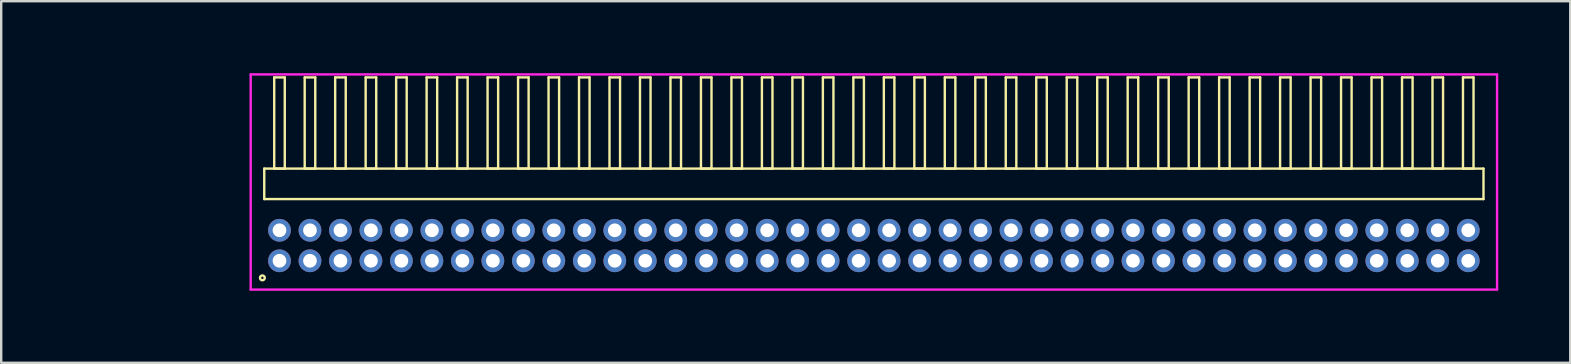
<source format=kicad_pcb>
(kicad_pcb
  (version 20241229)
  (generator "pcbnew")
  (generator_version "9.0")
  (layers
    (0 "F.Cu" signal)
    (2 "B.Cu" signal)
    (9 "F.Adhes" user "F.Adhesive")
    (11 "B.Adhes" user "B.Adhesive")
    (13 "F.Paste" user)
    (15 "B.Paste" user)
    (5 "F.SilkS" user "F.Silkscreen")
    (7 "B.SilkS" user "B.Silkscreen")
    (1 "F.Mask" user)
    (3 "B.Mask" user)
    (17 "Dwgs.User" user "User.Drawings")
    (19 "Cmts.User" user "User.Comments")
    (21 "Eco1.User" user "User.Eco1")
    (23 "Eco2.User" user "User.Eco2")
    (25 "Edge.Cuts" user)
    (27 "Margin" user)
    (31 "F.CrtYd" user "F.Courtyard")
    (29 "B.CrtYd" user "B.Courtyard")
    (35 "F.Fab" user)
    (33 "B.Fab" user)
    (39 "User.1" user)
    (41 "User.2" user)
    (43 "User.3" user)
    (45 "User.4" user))
  (footprint "HDR_RA127P40x2"
    (layer "F.Cu")
    (at 33.36 7.18)
    (property "Reference" "HDR_RA127P40x2" (at -26.715 0 0) (layer "User.1") (effects (font (size 1 1) (thickness 0.1))))
    (attr through_hole)
    (fp_line (start -25.4 -3.205) (end -25.4 -1.935) (stroke (width 0.1) (type solid)) (layer "F.SilkS"))
    (fp_line (start -25.4 -1.935) (end 25.4 -1.935) (stroke (width 0.1) (type solid)) (layer "F.SilkS"))
    (fp_line (start -24.985 -7.005) (end -24.985 -3.205) (stroke (width 0.1) (type solid)) (layer "F.SilkS"))
    (fp_line (start -24.985 -3.205) (end -24.545 -3.205) (stroke (width 0.1) (type solid)) (layer "F.SilkS"))
    (fp_line (start -24.545 -7.005) (end -24.985 -7.005) (stroke (width 0.1) (type solid)) (layer "F.SilkS"))
    (fp_line (start -24.545 -3.205) (end -24.545 -7.005) (stroke (width 0.1) (type solid)) (layer "F.SilkS"))
    (fp_line (start -23.715 -7.005) (end -23.715 -3.205) (stroke (width 0.1) (type solid)) (layer "F.SilkS"))
    (fp_line (start -23.715 -3.205) (end -23.275 -3.205) (stroke (width 0.1) (type solid)) (layer "F.SilkS"))
    (fp_line (start -23.275 -7.005) (end -23.715 -7.005) (stroke (width 0.1) (type solid)) (layer "F.SilkS"))
    (fp_line (start -23.275 -3.205) (end -23.275 -7.005) (stroke (width 0.1) (type solid)) (layer "F.SilkS"))
    (fp_line (start -22.445 -7.005) (end -22.445 -3.205) (stroke (width 0.1) (type solid)) (layer "F.SilkS"))
    (fp_line (start -22.445 -3.205) (end -22.005 -3.205) (stroke (width 0.1) (type solid)) (layer "F.SilkS"))
    (fp_line (start -22.005 -7.005) (end -22.445 -7.005) (stroke (width 0.1) (type solid)) (layer "F.SilkS"))
    (fp_line (start -22.005 -3.205) (end -22.005 -7.005) (stroke (width 0.1) (type solid)) (layer "F.SilkS"))
    (fp_line (start -21.175 -7.005) (end -21.175 -3.205) (stroke (width 0.1) (type solid)) (layer "F.SilkS"))
    (fp_line (start -21.175 -3.205) (end -20.735 -3.205) (stroke (width 0.1) (type solid)) (layer "F.SilkS"))
    (fp_line (start -20.735 -7.005) (end -21.175 -7.005) (stroke (width 0.1) (type solid)) (layer "F.SilkS"))
    (fp_line (start -20.735 -3.205) (end -20.735 -7.005) (stroke (width 0.1) (type solid)) (layer "F.SilkS"))
    (fp_line (start -19.905 -7.005) (end -19.905 -3.205) (stroke (width 0.1) (type solid)) (layer "F.SilkS"))
    (fp_line (start -19.905 -3.205) (end -19.465 -3.205) (stroke (width 0.1) (type solid)) (layer "F.SilkS"))
    (fp_line (start -19.465 -7.005) (end -19.905 -7.005) (stroke (width 0.1) (type solid)) (layer "F.SilkS"))
    (fp_line (start -19.465 -3.205) (end -19.465 -7.005) (stroke (width 0.1) (type solid)) (layer "F.SilkS"))
    (fp_line (start -18.635 -7.005) (end -18.635 -3.205) (stroke (width 0.1) (type solid)) (layer "F.SilkS"))
    (fp_line (start -18.635 -3.205) (end -18.195 -3.205) (stroke (width 0.1) (type solid)) (layer "F.SilkS"))
    (fp_line (start -18.195 -7.005) (end -18.635 -7.005) (stroke (width 0.1) (type solid)) (layer "F.SilkS"))
    (fp_line (start -18.195 -3.205) (end -18.195 -7.005) (stroke (width 0.1) (type solid)) (layer "F.SilkS"))
    (fp_line (start -17.365 -7.005) (end -17.365 -3.205) (stroke (width 0.1) (type solid)) (layer "F.SilkS"))
    (fp_line (start -17.365 -3.205) (end -16.925 -3.205) (stroke (width 0.1) (type solid)) (layer "F.SilkS"))
    (fp_line (start -16.925 -7.005) (end -17.365 -7.005) (stroke (width 0.1) (type solid)) (layer "F.SilkS"))
    (fp_line (start -16.925 -3.205) (end -16.925 -7.005) (stroke (width 0.1) (type solid)) (layer "F.SilkS"))
    (fp_line (start -16.095 -7.005) (end -16.095 -3.205) (stroke (width 0.1) (type solid)) (layer "F.SilkS"))
    (fp_line (start -16.095 -3.205) (end -15.655 -3.205) (stroke (width 0.1) (type solid)) (layer "F.SilkS"))
    (fp_line (start -15.655 -7.005) (end -16.095 -7.005) (stroke (width 0.1) (type solid)) (layer "F.SilkS"))
    (fp_line (start -15.655 -3.205) (end -15.655 -7.005) (stroke (width 0.1) (type solid)) (layer "F.SilkS"))
    (fp_line (start -14.825 -7.005) (end -14.825 -3.205) (stroke (width 0.1) (type solid)) (layer "F.SilkS"))
    (fp_line (start -14.825 -3.205) (end -14.385 -3.205) (stroke (width 0.1) (type solid)) (layer "F.SilkS"))
    (fp_line (start -14.385 -7.005) (end -14.825 -7.005) (stroke (width 0.1) (type solid)) (layer "F.SilkS"))
    (fp_line (start -14.385 -3.205) (end -14.385 -7.005) (stroke (width 0.1) (type solid)) (layer "F.SilkS"))
    (fp_line (start -13.555 -7.005) (end -13.555 -3.205) (stroke (width 0.1) (type solid)) (layer "F.SilkS"))
    (fp_line (start -13.555 -3.205) (end -13.115 -3.205) (stroke (width 0.1) (type solid)) (layer "F.SilkS"))
    (fp_line (start -13.115 -7.005) (end -13.555 -7.005) (stroke (width 0.1) (type solid)) (layer "F.SilkS"))
    (fp_line (start -13.115 -3.205) (end -13.115 -7.005) (stroke (width 0.1) (type solid)) (layer "F.SilkS"))
    (fp_line (start -12.285 -7.005) (end -12.285 -3.205) (stroke (width 0.1) (type solid)) (layer "F.SilkS"))
    (fp_line (start -12.285 -3.205) (end -11.845 -3.205) (stroke (width 0.1) (type solid)) (layer "F.SilkS"))
    (fp_line (start -11.845 -7.005) (end -12.285 -7.005) (stroke (width 0.1) (type solid)) (layer "F.SilkS"))
    (fp_line (start -11.845 -3.205) (end -11.845 -7.005) (stroke (width 0.1) (type solid)) (layer "F.SilkS"))
    (fp_line (start -11.015 -7.005) (end -11.015 -3.205) (stroke (width 0.1) (type solid)) (layer "F.SilkS"))
    (fp_line (start -11.015 -3.205) (end -10.575 -3.205) (stroke (width 0.1) (type solid)) (layer "F.SilkS"))
    (fp_line (start -10.575 -7.005) (end -11.015 -7.005) (stroke (width 0.1) (type solid)) (layer "F.SilkS"))
    (fp_line (start -10.575 -3.205) (end -10.575 -7.005) (stroke (width 0.1) (type solid)) (layer "F.SilkS"))
    (fp_line (start -9.745 -7.005) (end -9.745 -3.205) (stroke (width 0.1) (type solid)) (layer "F.SilkS"))
    (fp_line (start -9.745 -3.205) (end -9.305 -3.205) (stroke (width 0.1) (type solid)) (layer "F.SilkS"))
    (fp_line (start -9.305 -7.005) (end -9.745 -7.005) (stroke (width 0.1) (type solid)) (layer "F.SilkS"))
    (fp_line (start -9.305 -3.205) (end -9.305 -7.005) (stroke (width 0.1) (type solid)) (layer "F.SilkS"))
    (fp_line (start -8.475 -7.005) (end -8.475 -3.205) (stroke (width 0.1) (type solid)) (layer "F.SilkS"))
    (fp_line (start -8.475 -3.205) (end -8.035 -3.205) (stroke (width 0.1) (type solid)) (layer "F.SilkS"))
    (fp_line (start -8.035 -7.005) (end -8.475 -7.005) (stroke (width 0.1) (type solid)) (layer "F.SilkS"))
    (fp_line (start -8.035 -3.205) (end -8.035 -7.005) (stroke (width 0.1) (type solid)) (layer "F.SilkS"))
    (fp_line (start -7.205 -7.005) (end -7.205 -3.205) (stroke (width 0.1) (type solid)) (layer "F.SilkS"))
    (fp_line (start -7.205 -3.205) (end -6.765 -3.205) (stroke (width 0.1) (type solid)) (layer "F.SilkS"))
    (fp_line (start -6.765 -7.005) (end -7.205 -7.005) (stroke (width 0.1) (type solid)) (layer "F.SilkS"))
    (fp_line (start -6.765 -3.205) (end -6.765 -7.005) (stroke (width 0.1) (type solid)) (layer "F.SilkS"))
    (fp_line (start -5.935 -7.005) (end -5.935 -3.205) (stroke (width 0.1) (type solid)) (layer "F.SilkS"))
    (fp_line (start -5.935 -3.205) (end -5.495 -3.205) (stroke (width 0.1) (type solid)) (layer "F.SilkS"))
    (fp_line (start -5.495 -7.005) (end -5.935 -7.005) (stroke (width 0.1) (type solid)) (layer "F.SilkS"))
    (fp_line (start -5.495 -3.205) (end -5.495 -7.005) (stroke (width 0.1) (type solid)) (layer "F.SilkS"))
    (fp_line (start -4.665 -7.005) (end -4.665 -3.205) (stroke (width 0.1) (type solid)) (layer "F.SilkS"))
    (fp_line (start -4.665 -3.205) (end -4.225 -3.205) (stroke (width 0.1) (type solid)) (layer "F.SilkS"))
    (fp_line (start -4.225 -7.005) (end -4.665 -7.005) (stroke (width 0.1) (type solid)) (layer "F.SilkS"))
    (fp_line (start -4.225 -3.205) (end -4.225 -7.005) (stroke (width 0.1) (type solid)) (layer "F.SilkS"))
    (fp_line (start -3.395 -7.005) (end -3.395 -3.205) (stroke (width 0.1) (type solid)) (layer "F.SilkS"))
    (fp_line (start -3.395 -3.205) (end -2.955 -3.205) (stroke (width 0.1) (type solid)) (layer "F.SilkS"))
    (fp_line (start -2.955 -7.005) (end -3.395 -7.005) (stroke (width 0.1) (type solid)) (layer "F.SilkS"))
    (fp_line (start -2.955 -3.205) (end -2.955 -7.005) (stroke (width 0.1) (type solid)) (layer "F.SilkS"))
    (fp_line (start -2.125 -7.005) (end -2.125 -3.205) (stroke (width 0.1) (type solid)) (layer "F.SilkS"))
    (fp_line (start -2.125 -3.205) (end -1.685 -3.205) (stroke (width 0.1) (type solid)) (layer "F.SilkS"))
    (fp_line (start -1.685 -7.005) (end -2.125 -7.005) (stroke (width 0.1) (type solid)) (layer "F.SilkS"))
    (fp_line (start -1.685 -3.205) (end -1.685 -7.005) (stroke (width 0.1) (type solid)) (layer "F.SilkS"))
    (fp_line (start -0.855 -7.005) (end -0.855 -3.205) (stroke (width 0.1) (type solid)) (layer "F.SilkS"))
    (fp_line (start -0.855 -3.205) (end -0.415 -3.205) (stroke (width 0.1) (type solid)) (layer "F.SilkS"))
    (fp_line (start -0.415 -7.005) (end -0.855 -7.005) (stroke (width 0.1) (type solid)) (layer "F.SilkS"))
    (fp_line (start -0.415 -3.205) (end -0.415 -7.005) (stroke (width 0.1) (type solid)) (layer "F.SilkS"))
    (fp_line (start 0.415 -7.005) (end 0.415 -3.205) (stroke (width 0.1) (type solid)) (layer "F.SilkS"))
    (fp_line (start 0.415 -3.205) (end 0.855 -3.205) (stroke (width 0.1) (type solid)) (layer "F.SilkS"))
    (fp_line (start 0.855 -7.005) (end 0.415 -7.005) (stroke (width 0.1) (type solid)) (layer "F.SilkS"))
    (fp_line (start 0.855 -3.205) (end 0.855 -7.005) (stroke (width 0.1) (type solid)) (layer "F.SilkS"))
    (fp_line (start 1.685 -7.005) (end 1.685 -3.205) (stroke (width 0.1) (type solid)) (layer "F.SilkS"))
    (fp_line (start 1.685 -3.205) (end 2.125 -3.205) (stroke (width 0.1) (type solid)) (layer "F.SilkS"))
    (fp_line (start 2.125 -7.005) (end 1.685 -7.005) (stroke (width 0.1) (type solid)) (layer "F.SilkS"))
    (fp_line (start 2.125 -3.205) (end 2.125 -7.005) (stroke (width 0.1) (type solid)) (layer "F.SilkS"))
    (fp_line (start 2.955 -7.005) (end 2.955 -3.205) (stroke (width 0.1) (type solid)) (layer "F.SilkS"))
    (fp_line (start 2.955 -3.205) (end 3.395 -3.205) (stroke (width 0.1) (type solid)) (layer "F.SilkS"))
    (fp_line (start 3.395 -7.005) (end 2.955 -7.005) (stroke (width 0.1) (type solid)) (layer "F.SilkS"))
    (fp_line (start 3.395 -3.205) (end 3.395 -7.005) (stroke (width 0.1) (type solid)) (layer "F.SilkS"))
    (fp_line (start 4.225 -7.005) (end 4.225 -3.205) (stroke (width 0.1) (type solid)) (layer "F.SilkS"))
    (fp_line (start 4.225 -3.205) (end 4.665 -3.205) (stroke (width 0.1) (type solid)) (layer "F.SilkS"))
    (fp_line (start 4.665 -7.005) (end 4.225 -7.005) (stroke (width 0.1) (type solid)) (layer "F.SilkS"))
    (fp_line (start 4.665 -3.205) (end 4.665 -7.005) (stroke (width 0.1) (type solid)) (layer "F.SilkS"))
    (fp_line (start 5.495 -7.005) (end 5.495 -3.205) (stroke (width 0.1) (type solid)) (layer "F.SilkS"))
    (fp_line (start 5.495 -3.205) (end 5.935 -3.205) (stroke (width 0.1) (type solid)) (layer "F.SilkS"))
    (fp_line (start 5.935 -7.005) (end 5.495 -7.005) (stroke (width 0.1) (type solid)) (layer "F.SilkS"))
    (fp_line (start 5.935 -3.205) (end 5.935 -7.005) (stroke (width 0.1) (type solid)) (layer "F.SilkS"))
    (fp_line (start 6.765 -7.005) (end 6.765 -3.205) (stroke (width 0.1) (type solid)) (layer "F.SilkS"))
    (fp_line (start 6.765 -3.205) (end 7.205 -3.205) (stroke (width 0.1) (type solid)) (layer "F.SilkS"))
    (fp_line (start 7.205 -7.005) (end 6.765 -7.005) (stroke (width 0.1) (type solid)) (layer "F.SilkS"))
    (fp_line (start 7.205 -3.205) (end 7.205 -7.005) (stroke (width 0.1) (type solid)) (layer "F.SilkS"))
    (fp_line (start 8.035 -7.005) (end 8.035 -3.205) (stroke (width 0.1) (type solid)) (layer "F.SilkS"))
    (fp_line (start 8.035 -3.205) (end 8.475 -3.205) (stroke (width 0.1) (type solid)) (layer "F.SilkS"))
    (fp_line (start 8.475 -7.005) (end 8.035 -7.005) (stroke (width 0.1) (type solid)) (layer "F.SilkS"))
    (fp_line (start 8.475 -3.205) (end 8.475 -7.005) (stroke (width 0.1) (type solid)) (layer "F.SilkS"))
    (fp_line (start 9.305 -7.005) (end 9.305 -3.205) (stroke (width 0.1) (type solid)) (layer "F.SilkS"))
    (fp_line (start 9.305 -3.205) (end 9.745 -3.205) (stroke (width 0.1) (type solid)) (layer "F.SilkS"))
    (fp_line (start 9.745 -7.005) (end 9.305 -7.005) (stroke (width 0.1) (type solid)) (layer "F.SilkS"))
    (fp_line (start 9.745 -3.205) (end 9.745 -7.005) (stroke (width 0.1) (type solid)) (layer "F.SilkS"))
    (fp_line (start 10.575 -7.005) (end 10.575 -3.205) (stroke (width 0.1) (type solid)) (layer "F.SilkS"))
    (fp_line (start 10.575 -3.205) (end 11.015 -3.205) (stroke (width 0.1) (type solid)) (layer "F.SilkS"))
    (fp_line (start 11.015 -7.005) (end 10.575 -7.005) (stroke (width 0.1) (type solid)) (layer "F.SilkS"))
    (fp_line (start 11.015 -3.205) (end 11.015 -7.005) (stroke (width 0.1) (type solid)) (layer "F.SilkS"))
    (fp_line (start 11.845 -7.005) (end 11.845 -3.205) (stroke (width 0.1) (type solid)) (layer "F.SilkS"))
    (fp_line (start 11.845 -3.205) (end 12.285 -3.205) (stroke (width 0.1) (type solid)) (layer "F.SilkS"))
    (fp_line (start 12.285 -7.005) (end 11.845 -7.005) (stroke (width 0.1) (type solid)) (layer "F.SilkS"))
    (fp_line (start 12.285 -3.205) (end 12.285 -7.005) (stroke (width 0.1) (type solid)) (layer "F.SilkS"))
    (fp_line (start 13.115 -7.005) (end 13.115 -3.205) (stroke (width 0.1) (type solid)) (layer "F.SilkS"))
    (fp_line (start 13.115 -3.205) (end 13.555 -3.205) (stroke (width 0.1) (type solid)) (layer "F.SilkS"))
    (fp_line (start 13.555 -7.005) (end 13.115 -7.005) (stroke (width 0.1) (type solid)) (layer "F.SilkS"))
    (fp_line (start 13.555 -3.205) (end 13.555 -7.005) (stroke (width 0.1) (type solid)) (layer "F.SilkS"))
    (fp_line (start 14.385 -7.005) (end 14.385 -3.205) (stroke (width 0.1) (type solid)) (layer "F.SilkS"))
    (fp_line (start 14.385 -3.205) (end 14.825 -3.205) (stroke (width 0.1) (type solid)) (layer "F.SilkS"))
    (fp_line (start 14.825 -7.005) (end 14.385 -7.005) (stroke (width 0.1) (type solid)) (layer "F.SilkS"))
    (fp_line (start 14.825 -3.205) (end 14.825 -7.005) (stroke (width 0.1) (type solid)) (layer "F.SilkS"))
    (fp_line (start 15.655 -7.005) (end 15.655 -3.205) (stroke (width 0.1) (type solid)) (layer "F.SilkS"))
    (fp_line (start 15.655 -3.205) (end 16.095 -3.205) (stroke (width 0.1) (type solid)) (layer "F.SilkS"))
    (fp_line (start 16.095 -7.005) (end 15.655 -7.005) (stroke (width 0.1) (type solid)) (layer "F.SilkS"))
    (fp_line (start 16.095 -3.205) (end 16.095 -7.005) (stroke (width 0.1) (type solid)) (layer "F.SilkS"))
    (fp_line (start 16.925 -7.005) (end 16.925 -3.205) (stroke (width 0.1) (type solid)) (layer "F.SilkS"))
    (fp_line (start 16.925 -3.205) (end 17.365 -3.205) (stroke (width 0.1) (type solid)) (layer "F.SilkS"))
    (fp_line (start 17.365 -7.005) (end 16.925 -7.005) (stroke (width 0.1) (type solid)) (layer "F.SilkS"))
    (fp_line (start 17.365 -3.205) (end 17.365 -7.005) (stroke (width 0.1) (type solid)) (layer "F.SilkS"))
    (fp_line (start 18.195 -7.005) (end 18.195 -3.205) (stroke (width 0.1) (type solid)) (layer "F.SilkS"))
    (fp_line (start 18.195 -3.205) (end 18.635 -3.205) (stroke (width 0.1) (type solid)) (layer "F.SilkS"))
    (fp_line (start 18.635 -7.005) (end 18.195 -7.005) (stroke (width 0.1) (type solid)) (layer "F.SilkS"))
    (fp_line (start 18.635 -3.205) (end 18.635 -7.005) (stroke (width 0.1) (type solid)) (layer "F.SilkS"))
    (fp_line (start 19.465 -7.005) (end 19.465 -3.205) (stroke (width 0.1) (type solid)) (layer "F.SilkS"))
    (fp_line (start 19.465 -3.205) (end 19.905 -3.205) (stroke (width 0.1) (type solid)) (layer "F.SilkS"))
    (fp_line (start 19.905 -7.005) (end 19.465 -7.005) (stroke (width 0.1) (type solid)) (layer "F.SilkS"))
    (fp_line (start 19.905 -3.205) (end 19.905 -7.005) (stroke (width 0.1) (type solid)) (layer "F.SilkS"))
    (fp_line (start 20.735 -7.005) (end 20.735 -3.205) (stroke (width 0.1) (type solid)) (layer "F.SilkS"))
    (fp_line (start 20.735 -3.205) (end 21.175 -3.205) (stroke (width 0.1) (type solid)) (layer "F.SilkS"))
    (fp_line (start 21.175 -7.005) (end 20.735 -7.005) (stroke (width 0.1) (type solid)) (layer "F.SilkS"))
    (fp_line (start 21.175 -3.205) (end 21.175 -7.005) (stroke (width 0.1) (type solid)) (layer "F.SilkS"))
    (fp_line (start 22.005 -7.005) (end 22.005 -3.205) (stroke (width 0.1) (type solid)) (layer "F.SilkS"))
    (fp_line (start 22.005 -3.205) (end 22.445 -3.205) (stroke (width 0.1) (type solid)) (layer "F.SilkS"))
    (fp_line (start 22.445 -7.005) (end 22.005 -7.005) (stroke (width 0.1) (type solid)) (layer "F.SilkS"))
    (fp_line (start 22.445 -3.205) (end 22.445 -7.005) (stroke (width 0.1) (type solid)) (layer "F.SilkS"))
    (fp_line (start 23.275 -7.005) (end 23.275 -3.205) (stroke (width 0.1) (type solid)) (layer "F.SilkS"))
    (fp_line (start 23.275 -3.205) (end 23.715 -3.205) (stroke (width 0.1) (type solid)) (layer "F.SilkS"))
    (fp_line (start 23.715 -7.005) (end 23.275 -7.005) (stroke (width 0.1) (type solid)) (layer "F.SilkS"))
    (fp_line (start 23.715 -3.205) (end 23.715 -7.005) (stroke (width 0.1) (type solid)) (layer "F.SilkS"))
    (fp_line (start 24.545 -7.005) (end 24.545 -3.205) (stroke (width 0.1) (type solid)) (layer "F.SilkS"))
    (fp_line (start 24.545 -3.205) (end 24.985 -3.205) (stroke (width 0.1) (type solid)) (layer "F.SilkS"))
    (fp_line (start 24.985 -7.005) (end 24.545 -7.005) (stroke (width 0.1) (type solid)) (layer "F.SilkS"))
    (fp_line (start 24.985 -3.205) (end 24.985 -7.005) (stroke (width 0.1) (type solid)) (layer "F.SilkS"))
    (fp_line (start 25.4 -3.205) (end -25.4 -3.205) (stroke (width 0.1) (type solid)) (layer "F.SilkS"))
    (fp_line (start 25.4 -1.935) (end 25.4 -3.205) (stroke (width 0.1) (type solid)) (layer "F.SilkS"))
    (fp_circle (center -25.478 1.347) (end -25.378 1.347) (stroke (width 0.1) (type solid)) (fill no) (layer "F.SilkS"))
    (fp_line (start -25.965 -7.13) (end -25.965 1.835) (stroke (width 0.1) (type solid)) (layer "F.CrtYd"))
    (fp_line (start -25.965 1.835) (end 25.965 1.835) (stroke (width 0.1) (type solid)) (layer "F.CrtYd"))
    (fp_line (start 25.965 -7.13) (end -25.965 -7.13) (stroke (width 0.1) (type solid)) (layer "F.CrtYd"))
    (fp_line (start 25.965 1.835) (end 25.965 -7.13) (stroke (width 0.1) (type solid)) (layer "F.CrtYd"))
    (pad "1" thru_hole oval (at -24.765 0.635) (size 0.95 0.95) (drill 0.57) (layers "*.Cu" "*.Mask"))
    (pad "2" thru_hole oval (at -24.765 -0.635) (size 0.95 0.95) (drill 0.57) (layers "*.Cu" "*.Mask"))
    (pad "3" thru_hole oval (at -23.495 0.635) (size 0.95 0.95) (drill 0.57) (layers "*.Cu" "*.Mask"))
    (pad "4" thru_hole oval (at -23.495 -0.635) (size 0.95 0.95) (drill 0.57) (layers "*.Cu" "*.Mask"))
    (pad "5" thru_hole oval (at -22.225 0.635) (size 0.95 0.95) (drill 0.57) (layers "*.Cu" "*.Mask"))
    (pad "6" thru_hole oval (at -22.225 -0.635) (size 0.95 0.95) (drill 0.57) (layers "*.Cu" "*.Mask"))
    (pad "7" thru_hole oval (at -20.955 0.635) (size 0.95 0.95) (drill 0.57) (layers "*.Cu" "*.Mask"))
    (pad "8" thru_hole oval (at -20.955 -0.635) (size 0.95 0.95) (drill 0.57) (layers "*.Cu" "*.Mask"))
    (pad "9" thru_hole oval (at -19.685 0.635) (size 0.95 0.95) (drill 0.57) (layers "*.Cu" "*.Mask"))
    (pad "10" thru_hole oval (at -19.685 -0.635) (size 0.95 0.95) (drill 0.57) (layers "*.Cu" "*.Mask"))
    (pad "11" thru_hole oval (at -18.415 0.635) (size 0.95 0.95) (drill 0.57) (layers "*.Cu" "*.Mask"))
    (pad "12" thru_hole oval (at -18.415 -0.635) (size 0.95 0.95) (drill 0.57) (layers "*.Cu" "*.Mask"))
    (pad "13" thru_hole oval (at -17.145 0.635) (size 0.95 0.95) (drill 0.57) (layers "*.Cu" "*.Mask"))
    (pad "14" thru_hole oval (at -17.145 -0.635) (size 0.95 0.95) (drill 0.57) (layers "*.Cu" "*.Mask"))
    (pad "15" thru_hole oval (at -15.875 0.635) (size 0.95 0.95) (drill 0.57) (layers "*.Cu" "*.Mask"))
    (pad "16" thru_hole oval (at -15.875 -0.635) (size 0.95 0.95) (drill 0.57) (layers "*.Cu" "*.Mask"))
    (pad "17" thru_hole oval (at -14.605 0.635) (size 0.95 0.95) (drill 0.57) (layers "*.Cu" "*.Mask"))
    (pad "18" thru_hole oval (at -14.605 -0.635) (size 0.95 0.95) (drill 0.57) (layers "*.Cu" "*.Mask"))
    (pad "19" thru_hole oval (at -13.335 0.635) (size 0.95 0.95) (drill 0.57) (layers "*.Cu" "*.Mask"))
    (pad "20" thru_hole oval (at -13.335 -0.635) (size 0.95 0.95) (drill 0.57) (layers "*.Cu" "*.Mask"))
    (pad "21" thru_hole oval (at -12.065 0.635) (size 0.95 0.95) (drill 0.57) (layers "*.Cu" "*.Mask"))
    (pad "22" thru_hole oval (at -12.065 -0.635) (size 0.95 0.95) (drill 0.57) (layers "*.Cu" "*.Mask"))
    (pad "23" thru_hole oval (at -10.795 0.635) (size 0.95 0.95) (drill 0.57) (layers "*.Cu" "*.Mask"))
    (pad "24" thru_hole oval (at -10.795 -0.635) (size 0.95 0.95) (drill 0.57) (layers "*.Cu" "*.Mask"))
    (pad "25" thru_hole oval (at -9.525 0.635) (size 0.95 0.95) (drill 0.57) (layers "*.Cu" "*.Mask"))
    (pad "26" thru_hole oval (at -9.525 -0.635) (size 0.95 0.95) (drill 0.57) (layers "*.Cu" "*.Mask"))
    (pad "27" thru_hole oval (at -8.255 0.635) (size 0.95 0.95) (drill 0.57) (layers "*.Cu" "*.Mask"))
    (pad "28" thru_hole oval (at -8.255 -0.635) (size 0.95 0.95) (drill 0.57) (layers "*.Cu" "*.Mask"))
    (pad "29" thru_hole oval (at -6.985 0.635) (size 0.95 0.95) (drill 0.57) (layers "*.Cu" "*.Mask"))
    (pad "30" thru_hole oval (at -6.985 -0.635) (size 0.95 0.95) (drill 0.57) (layers "*.Cu" "*.Mask"))
    (pad "31" thru_hole oval (at -5.715 0.635) (size 0.95 0.95) (drill 0.57) (layers "*.Cu" "*.Mask"))
    (pad "32" thru_hole oval (at -5.715 -0.635) (size 0.95 0.95) (drill 0.57) (layers "*.Cu" "*.Mask"))
    (pad "33" thru_hole oval (at -4.445 0.635) (size 0.95 0.95) (drill 0.57) (layers "*.Cu" "*.Mask"))
    (pad "34" thru_hole oval (at -4.445 -0.635) (size 0.95 0.95) (drill 0.57) (layers "*.Cu" "*.Mask"))
    (pad "35" thru_hole oval (at -3.175 0.635) (size 0.95 0.95) (drill 0.57) (layers "*.Cu" "*.Mask"))
    (pad "36" thru_hole oval (at -3.175 -0.635) (size 0.95 0.95) (drill 0.57) (layers "*.Cu" "*.Mask"))
    (pad "37" thru_hole oval (at -1.905 0.635) (size 0.95 0.95) (drill 0.57) (layers "*.Cu" "*.Mask"))
    (pad "38" thru_hole oval (at -1.905 -0.635) (size 0.95 0.95) (drill 0.57) (layers "*.Cu" "*.Mask"))
    (pad "39" thru_hole oval (at -0.635 0.635) (size 0.95 0.95) (drill 0.57) (layers "*.Cu" "*.Mask"))
    (pad "40" thru_hole oval (at -0.635 -0.635) (size 0.95 0.95) (drill 0.57) (layers "*.Cu" "*.Mask"))
    (pad "41" thru_hole oval (at 0.635 0.635) (size 0.95 0.95) (drill 0.57) (layers "*.Cu" "*.Mask"))
    (pad "42" thru_hole oval (at 0.635 -0.635) (size 0.95 0.95) (drill 0.57) (layers "*.Cu" "*.Mask"))
    (pad "43" thru_hole oval (at 1.905 0.635) (size 0.95 0.95) (drill 0.57) (layers "*.Cu" "*.Mask"))
    (pad "44" thru_hole oval (at 1.905 -0.635) (size 0.95 0.95) (drill 0.57) (layers "*.Cu" "*.Mask"))
    (pad "45" thru_hole oval (at 3.175 0.635) (size 0.95 0.95) (drill 0.57) (layers "*.Cu" "*.Mask"))
    (pad "46" thru_hole oval (at 3.175 -0.635) (size 0.95 0.95) (drill 0.57) (layers "*.Cu" "*.Mask"))
    (pad "47" thru_hole oval (at 4.445 0.635) (size 0.95 0.95) (drill 0.57) (layers "*.Cu" "*.Mask"))
    (pad "48" thru_hole oval (at 4.445 -0.635) (size 0.95 0.95) (drill 0.57) (layers "*.Cu" "*.Mask"))
    (pad "49" thru_hole oval (at 5.715 0.635) (size 0.95 0.95) (drill 0.57) (layers "*.Cu" "*.Mask"))
    (pad "50" thru_hole oval (at 5.715 -0.635) (size 0.95 0.95) (drill 0.57) (layers "*.Cu" "*.Mask"))
    (pad "51" thru_hole oval (at 6.985 0.635) (size 0.95 0.95) (drill 0.57) (layers "*.Cu" "*.Mask"))
    (pad "52" thru_hole oval (at 6.985 -0.635) (size 0.95 0.95) (drill 0.57) (layers "*.Cu" "*.Mask"))
    (pad "53" thru_hole oval (at 8.255 0.635) (size 0.95 0.95) (drill 0.57) (layers "*.Cu" "*.Mask"))
    (pad "54" thru_hole oval (at 8.255 -0.635) (size 0.95 0.95) (drill 0.57) (layers "*.Cu" "*.Mask"))
    (pad "55" thru_hole oval (at 9.525 0.635) (size 0.95 0.95) (drill 0.57) (layers "*.Cu" "*.Mask"))
    (pad "56" thru_hole oval (at 9.525 -0.635) (size 0.95 0.95) (drill 0.57) (layers "*.Cu" "*.Mask"))
    (pad "57" thru_hole oval (at 10.795 0.635) (size 0.95 0.95) (drill 0.57) (layers "*.Cu" "*.Mask"))
    (pad "58" thru_hole oval (at 10.795 -0.635) (size 0.95 0.95) (drill 0.57) (layers "*.Cu" "*.Mask"))
    (pad "59" thru_hole oval (at 12.065 0.635) (size 0.95 0.95) (drill 0.57) (layers "*.Cu" "*.Mask"))
    (pad "60" thru_hole oval (at 12.065 -0.635) (size 0.95 0.95) (drill 0.57) (layers "*.Cu" "*.Mask"))
    (pad "61" thru_hole oval (at 13.335 0.635) (size 0.95 0.95) (drill 0.57) (layers "*.Cu" "*.Mask"))
    (pad "62" thru_hole oval (at 13.335 -0.635) (size 0.95 0.95) (drill 0.57) (layers "*.Cu" "*.Mask"))
    (pad "63" thru_hole oval (at 14.605 0.635) (size 0.95 0.95) (drill 0.57) (layers "*.Cu" "*.Mask"))
    (pad "64" thru_hole oval (at 14.605 -0.635) (size 0.95 0.95) (drill 0.57) (layers "*.Cu" "*.Mask"))
    (pad "65" thru_hole oval (at 15.875 0.635) (size 0.95 0.95) (drill 0.57) (layers "*.Cu" "*.Mask"))
    (pad "66" thru_hole oval (at 15.875 -0.635) (size 0.95 0.95) (drill 0.57) (layers "*.Cu" "*.Mask"))
    (pad "67" thru_hole oval (at 17.145 0.635) (size 0.95 0.95) (drill 0.57) (layers "*.Cu" "*.Mask"))
    (pad "68" thru_hole oval (at 17.145 -0.635) (size 0.95 0.95) (drill 0.57) (layers "*.Cu" "*.Mask"))
    (pad "69" thru_hole oval (at 18.415 0.635) (size 0.95 0.95) (drill 0.57) (layers "*.Cu" "*.Mask"))
    (pad "70" thru_hole oval (at 18.415 -0.635) (size 0.95 0.95) (drill 0.57) (layers "*.Cu" "*.Mask"))
    (pad "71" thru_hole oval (at 19.685 0.635) (size 0.95 0.95) (drill 0.57) (layers "*.Cu" "*.Mask"))
    (pad "72" thru_hole oval (at 19.685 -0.635) (size 0.95 0.95) (drill 0.57) (layers "*.Cu" "*.Mask"))
    (pad "73" thru_hole oval (at 20.955 0.635) (size 0.95 0.95) (drill 0.57) (layers "*.Cu" "*.Mask"))
    (pad "74" thru_hole oval (at 20.955 -0.635) (size 0.95 0.95) (drill 0.57) (layers "*.Cu" "*.Mask"))
    (pad "75" thru_hole oval (at 22.225 0.635) (size 0.95 0.95) (drill 0.57) (layers "*.Cu" "*.Mask"))
    (pad "76" thru_hole oval (at 22.225 -0.635) (size 0.95 0.95) (drill 0.57) (layers "*.Cu" "*.Mask"))
    (pad "77" thru_hole oval (at 23.495 0.635) (size 0.95 0.95) (drill 0.57) (layers "*.Cu" "*.Mask"))
    (pad "78" thru_hole oval (at 23.495 -0.635) (size 0.95 0.95) (drill 0.57) (layers "*.Cu" "*.Mask"))
    (pad "79" thru_hole oval (at 24.765 0.635) (size 0.95 0.95) (drill 0.57) (layers "*.Cu" "*.Mask"))
    (pad "80" thru_hole oval (at 24.765 -0.635) (size 0.95 0.95) (drill 0.57) (layers "*.Cu" "*.Mask")))
  (gr_rect
    (start -3 -3)
    (end 62.375 12.065)
    (stroke (width 0.1) (type default))
    (fill no)
    (layer "Edge.Cuts")))
</source>
